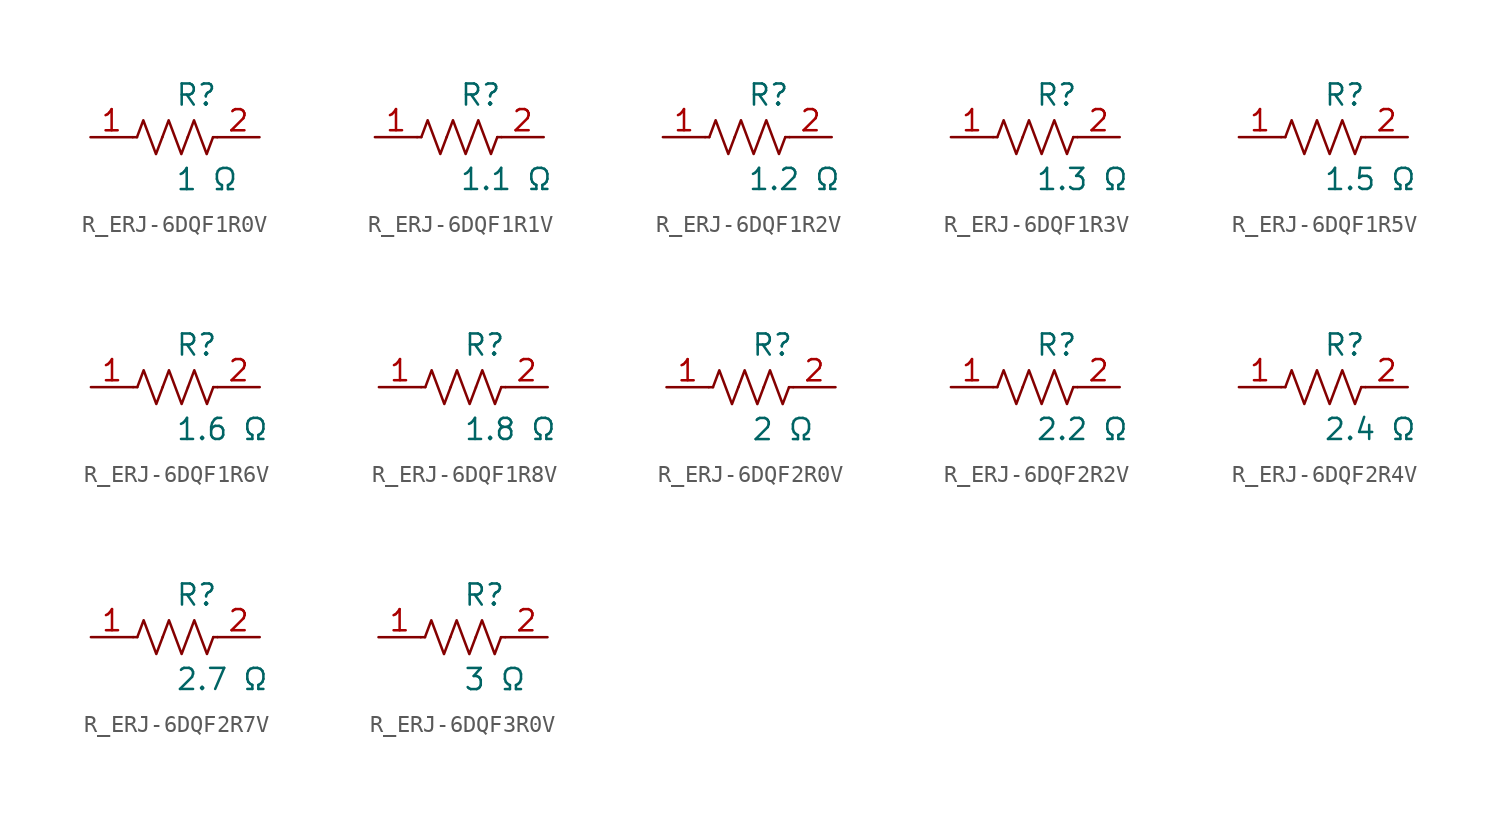
<source format=kicad_sym>
(kicad_symbol_lib
  (version 20231120)
  (generator kicad_symbol_editor)
  (generator_version 8.0)
  (symbol "R_ERJ-6DQF1R0V"
    (pin_names
      (offset 0.254))
    (property "Reference" "R"
      (at 0 2.54 0)
      (effects (font (size 1.27 1.27)) (justify left)))
    (property "Value" "1 Ω"
      (at 0 -2.54 0)
      (effects (font (size 1.27 1.27)) (justify left)))
    (symbol "R_ERJ-6DQF1R0V_0_1"
      (polyline (pts (xy 2.286 0) (xy 2.54 0)) (stroke (width 0) (type default)) (fill (type none)))
      (polyline (pts (xy -2.286 0) (xy -2.54 0)) (stroke (width 0) (type default)) (fill (type none)))
      (polyline (pts (xy 0.762 0) (xy 1.143 1.016) (xy 1.524 0) (xy 1.905 -1.016) (xy 2.286 0)) (stroke (width 0) (type default)) (fill (type none)))
      (polyline (pts (xy -0.762 0) (xy -0.381 1.016) (xy 0 0) (xy 0.381 -1.016) (xy 0.762 0)) (stroke (width 0) (type default)) (fill (type none)))
      (polyline (pts (xy -2.286 0) (xy -1.905 1.016) (xy -1.524 0) (xy -1.143 -1.016) (xy -0.762 0)) (stroke (width 0) (type default)) (fill (type none))))
    (pin passive line
      (at -5.08 0 0)
      (length 2.54)
      (name "" (effects (font (size 1.27 1.27))))
      (number "1" (effects (font (size 1.27 1.27)))))
    (pin passive line
      (at 5.08 0 180)
      (length 2.54)
      (name "" (effects (font (size 1.27 1.27))))
      (number "2" (effects (font (size 1.27 1.27))))))
  (symbol "R_ERJ-6DQF1R1V"
    (pin_names
      (offset 0.254))
    (property "Reference" "R"
      (at 0 2.54 0)
      (effects (font (size 1.27 1.27)) (justify left)))
    (property "Value" "1.1 Ω"
      (at 0 -2.54 0)
      (effects (font (size 1.27 1.27)) (justify left)))
    (symbol "R_ERJ-6DQF1R1V_0_1"
      (polyline (pts (xy 2.286 0) (xy 2.54 0)) (stroke (width 0) (type default)) (fill (type none)))
      (polyline (pts (xy -2.286 0) (xy -2.54 0)) (stroke (width 0) (type default)) (fill (type none)))
      (polyline (pts (xy 0.762 0) (xy 1.143 1.016) (xy 1.524 0) (xy 1.905 -1.016) (xy 2.286 0)) (stroke (width 0) (type default)) (fill (type none)))
      (polyline (pts (xy -0.762 0) (xy -0.381 1.016) (xy 0 0) (xy 0.381 -1.016) (xy 0.762 0)) (stroke (width 0) (type default)) (fill (type none)))
      (polyline (pts (xy -2.286 0) (xy -1.905 1.016) (xy -1.524 0) (xy -1.143 -1.016) (xy -0.762 0)) (stroke (width 0) (type default)) (fill (type none))))
    (pin passive line
      (at -5.08 0 0)
      (length 2.54)
      (name "" (effects (font (size 1.27 1.27))))
      (number "1" (effects (font (size 1.27 1.27)))))
    (pin passive line
      (at 5.08 0 180)
      (length 2.54)
      (name "" (effects (font (size 1.27 1.27))))
      (number "2" (effects (font (size 1.27 1.27))))))
  (symbol "R_ERJ-6DQF1R2V"
    (pin_names
      (offset 0.254))
    (property "Reference" "R"
      (at 0 2.54 0)
      (effects (font (size 1.27 1.27)) (justify left)))
    (property "Value" "1.2 Ω"
      (at 0 -2.54 0)
      (effects (font (size 1.27 1.27)) (justify left)))
    (symbol "R_ERJ-6DQF1R2V_0_1"
      (polyline (pts (xy 2.286 0) (xy 2.54 0)) (stroke (width 0) (type default)) (fill (type none)))
      (polyline (pts (xy -2.286 0) (xy -2.54 0)) (stroke (width 0) (type default)) (fill (type none)))
      (polyline (pts (xy 0.762 0) (xy 1.143 1.016) (xy 1.524 0) (xy 1.905 -1.016) (xy 2.286 0)) (stroke (width 0) (type default)) (fill (type none)))
      (polyline (pts (xy -0.762 0) (xy -0.381 1.016) (xy 0 0) (xy 0.381 -1.016) (xy 0.762 0)) (stroke (width 0) (type default)) (fill (type none)))
      (polyline (pts (xy -2.286 0) (xy -1.905 1.016) (xy -1.524 0) (xy -1.143 -1.016) (xy -0.762 0)) (stroke (width 0) (type default)) (fill (type none))))
    (pin passive line
      (at -5.08 0 0)
      (length 2.54)
      (name "" (effects (font (size 1.27 1.27))))
      (number "1" (effects (font (size 1.27 1.27)))))
    (pin passive line
      (at 5.08 0 180)
      (length 2.54)
      (name "" (effects (font (size 1.27 1.27))))
      (number "2" (effects (font (size 1.27 1.27))))))
  (symbol "R_ERJ-6DQF1R3V"
    (pin_names
      (offset 0.254))
    (property "Reference" "R"
      (at 0 2.54 0)
      (effects (font (size 1.27 1.27)) (justify left)))
    (property "Value" "1.3 Ω"
      (at 0 -2.54 0)
      (effects (font (size 1.27 1.27)) (justify left)))
    (symbol "R_ERJ-6DQF1R3V_0_1"
      (polyline (pts (xy 2.286 0) (xy 2.54 0)) (stroke (width 0) (type default)) (fill (type none)))
      (polyline (pts (xy -2.286 0) (xy -2.54 0)) (stroke (width 0) (type default)) (fill (type none)))
      (polyline (pts (xy 0.762 0) (xy 1.143 1.016) (xy 1.524 0) (xy 1.905 -1.016) (xy 2.286 0)) (stroke (width 0) (type default)) (fill (type none)))
      (polyline (pts (xy -0.762 0) (xy -0.381 1.016) (xy 0 0) (xy 0.381 -1.016) (xy 0.762 0)) (stroke (width 0) (type default)) (fill (type none)))
      (polyline (pts (xy -2.286 0) (xy -1.905 1.016) (xy -1.524 0) (xy -1.143 -1.016) (xy -0.762 0)) (stroke (width 0) (type default)) (fill (type none))))
    (pin passive line
      (at -5.08 0 0)
      (length 2.54)
      (name "" (effects (font (size 1.27 1.27))))
      (number "1" (effects (font (size 1.27 1.27)))))
    (pin passive line
      (at 5.08 0 180)
      (length 2.54)
      (name "" (effects (font (size 1.27 1.27))))
      (number "2" (effects (font (size 1.27 1.27))))))
  (symbol "R_ERJ-6DQF1R5V"
    (pin_names
      (offset 0.254))
    (property "Reference" "R"
      (at 0 2.54 0)
      (effects (font (size 1.27 1.27)) (justify left)))
    (property "Value" "1.5 Ω"
      (at 0 -2.54 0)
      (effects (font (size 1.27 1.27)) (justify left)))
    (symbol "R_ERJ-6DQF1R5V_0_1"
      (polyline (pts (xy 2.286 0) (xy 2.54 0)) (stroke (width 0) (type default)) (fill (type none)))
      (polyline (pts (xy -2.286 0) (xy -2.54 0)) (stroke (width 0) (type default)) (fill (type none)))
      (polyline (pts (xy 0.762 0) (xy 1.143 1.016) (xy 1.524 0) (xy 1.905 -1.016) (xy 2.286 0)) (stroke (width 0) (type default)) (fill (type none)))
      (polyline (pts (xy -0.762 0) (xy -0.381 1.016) (xy 0 0) (xy 0.381 -1.016) (xy 0.762 0)) (stroke (width 0) (type default)) (fill (type none)))
      (polyline (pts (xy -2.286 0) (xy -1.905 1.016) (xy -1.524 0) (xy -1.143 -1.016) (xy -0.762 0)) (stroke (width 0) (type default)) (fill (type none))))
    (pin passive line
      (at -5.08 0 0)
      (length 2.54)
      (name "" (effects (font (size 1.27 1.27))))
      (number "1" (effects (font (size 1.27 1.27)))))
    (pin passive line
      (at 5.08 0 180)
      (length 2.54)
      (name "" (effects (font (size 1.27 1.27))))
      (number "2" (effects (font (size 1.27 1.27))))))
  (symbol "R_ERJ-6DQF1R6V"
    (pin_names
      (offset 0.254))
    (property "Reference" "R"
      (at 0 2.54 0)
      (effects (font (size 1.27 1.27)) (justify left)))
    (property "Value" "1.6 Ω"
      (at 0 -2.54 0)
      (effects (font (size 1.27 1.27)) (justify left)))
    (symbol "R_ERJ-6DQF1R6V_0_1"
      (polyline (pts (xy 2.286 0) (xy 2.54 0)) (stroke (width 0) (type default)) (fill (type none)))
      (polyline (pts (xy -2.286 0) (xy -2.54 0)) (stroke (width 0) (type default)) (fill (type none)))
      (polyline (pts (xy 0.762 0) (xy 1.143 1.016) (xy 1.524 0) (xy 1.905 -1.016) (xy 2.286 0)) (stroke (width 0) (type default)) (fill (type none)))
      (polyline (pts (xy -0.762 0) (xy -0.381 1.016) (xy 0 0) (xy 0.381 -1.016) (xy 0.762 0)) (stroke (width 0) (type default)) (fill (type none)))
      (polyline (pts (xy -2.286 0) (xy -1.905 1.016) (xy -1.524 0) (xy -1.143 -1.016) (xy -0.762 0)) (stroke (width 0) (type default)) (fill (type none))))
    (pin passive line
      (at -5.08 0 0)
      (length 2.54)
      (name "" (effects (font (size 1.27 1.27))))
      (number "1" (effects (font (size 1.27 1.27)))))
    (pin passive line
      (at 5.08 0 180)
      (length 2.54)
      (name "" (effects (font (size 1.27 1.27))))
      (number "2" (effects (font (size 1.27 1.27))))))
  (symbol "R_ERJ-6DQF1R8V"
    (pin_names
      (offset 0.254))
    (property "Reference" "R"
      (at 0 2.54 0)
      (effects (font (size 1.27 1.27)) (justify left)))
    (property "Value" "1.8 Ω"
      (at 0 -2.54 0)
      (effects (font (size 1.27 1.27)) (justify left)))
    (symbol "R_ERJ-6DQF1R8V_0_1"
      (polyline (pts (xy 2.286 0) (xy 2.54 0)) (stroke (width 0) (type default)) (fill (type none)))
      (polyline (pts (xy -2.286 0) (xy -2.54 0)) (stroke (width 0) (type default)) (fill (type none)))
      (polyline (pts (xy 0.762 0) (xy 1.143 1.016) (xy 1.524 0) (xy 1.905 -1.016) (xy 2.286 0)) (stroke (width 0) (type default)) (fill (type none)))
      (polyline (pts (xy -0.762 0) (xy -0.381 1.016) (xy 0 0) (xy 0.381 -1.016) (xy 0.762 0)) (stroke (width 0) (type default)) (fill (type none)))
      (polyline (pts (xy -2.286 0) (xy -1.905 1.016) (xy -1.524 0) (xy -1.143 -1.016) (xy -0.762 0)) (stroke (width 0) (type default)) (fill (type none))))
    (pin passive line
      (at -5.08 0 0)
      (length 2.54)
      (name "" (effects (font (size 1.27 1.27))))
      (number "1" (effects (font (size 1.27 1.27)))))
    (pin passive line
      (at 5.08 0 180)
      (length 2.54)
      (name "" (effects (font (size 1.27 1.27))))
      (number "2" (effects (font (size 1.27 1.27))))))
  (symbol "R_ERJ-6DQF2R0V"
    (pin_names
      (offset 0.254))
    (property "Reference" "R"
      (at 0 2.54 0)
      (effects (font (size 1.27 1.27)) (justify left)))
    (property "Value" "2 Ω"
      (at 0 -2.54 0)
      (effects (font (size 1.27 1.27)) (justify left)))
    (symbol "R_ERJ-6DQF2R0V_0_1"
      (polyline (pts (xy 2.286 0) (xy 2.54 0)) (stroke (width 0) (type default)) (fill (type none)))
      (polyline (pts (xy -2.286 0) (xy -2.54 0)) (stroke (width 0) (type default)) (fill (type none)))
      (polyline (pts (xy 0.762 0) (xy 1.143 1.016) (xy 1.524 0) (xy 1.905 -1.016) (xy 2.286 0)) (stroke (width 0) (type default)) (fill (type none)))
      (polyline (pts (xy -0.762 0) (xy -0.381 1.016) (xy 0 0) (xy 0.381 -1.016) (xy 0.762 0)) (stroke (width 0) (type default)) (fill (type none)))
      (polyline (pts (xy -2.286 0) (xy -1.905 1.016) (xy -1.524 0) (xy -1.143 -1.016) (xy -0.762 0)) (stroke (width 0) (type default)) (fill (type none))))
    (pin passive line
      (at -5.08 0 0)
      (length 2.54)
      (name "" (effects (font (size 1.27 1.27))))
      (number "1" (effects (font (size 1.27 1.27)))))
    (pin passive line
      (at 5.08 0 180)
      (length 2.54)
      (name "" (effects (font (size 1.27 1.27))))
      (number "2" (effects (font (size 1.27 1.27))))))
  (symbol "R_ERJ-6DQF2R2V"
    (pin_names
      (offset 0.254))
    (property "Reference" "R"
      (at 0 2.54 0)
      (effects (font (size 1.27 1.27)) (justify left)))
    (property "Value" "2.2 Ω"
      (at 0 -2.54 0)
      (effects (font (size 1.27 1.27)) (justify left)))
    (symbol "R_ERJ-6DQF2R2V_0_1"
      (polyline (pts (xy 2.286 0) (xy 2.54 0)) (stroke (width 0) (type default)) (fill (type none)))
      (polyline (pts (xy -2.286 0) (xy -2.54 0)) (stroke (width 0) (type default)) (fill (type none)))
      (polyline (pts (xy 0.762 0) (xy 1.143 1.016) (xy 1.524 0) (xy 1.905 -1.016) (xy 2.286 0)) (stroke (width 0) (type default)) (fill (type none)))
      (polyline (pts (xy -0.762 0) (xy -0.381 1.016) (xy 0 0) (xy 0.381 -1.016) (xy 0.762 0)) (stroke (width 0) (type default)) (fill (type none)))
      (polyline (pts (xy -2.286 0) (xy -1.905 1.016) (xy -1.524 0) (xy -1.143 -1.016) (xy -0.762 0)) (stroke (width 0) (type default)) (fill (type none))))
    (pin passive line
      (at -5.08 0 0)
      (length 2.54)
      (name "" (effects (font (size 1.27 1.27))))
      (number "1" (effects (font (size 1.27 1.27)))))
    (pin passive line
      (at 5.08 0 180)
      (length 2.54)
      (name "" (effects (font (size 1.27 1.27))))
      (number "2" (effects (font (size 1.27 1.27))))))
  (symbol "R_ERJ-6DQF2R4V"
    (pin_names
      (offset 0.254))
    (property "Reference" "R"
      (at 0 2.54 0)
      (effects (font (size 1.27 1.27)) (justify left)))
    (property "Value" "2.4 Ω"
      (at 0 -2.54 0)
      (effects (font (size 1.27 1.27)) (justify left)))
    (symbol "R_ERJ-6DQF2R4V_0_1"
      (polyline (pts (xy 2.286 0) (xy 2.54 0)) (stroke (width 0) (type default)) (fill (type none)))
      (polyline (pts (xy -2.286 0) (xy -2.54 0)) (stroke (width 0) (type default)) (fill (type none)))
      (polyline (pts (xy 0.762 0) (xy 1.143 1.016) (xy 1.524 0) (xy 1.905 -1.016) (xy 2.286 0)) (stroke (width 0) (type default)) (fill (type none)))
      (polyline (pts (xy -0.762 0) (xy -0.381 1.016) (xy 0 0) (xy 0.381 -1.016) (xy 0.762 0)) (stroke (width 0) (type default)) (fill (type none)))
      (polyline (pts (xy -2.286 0) (xy -1.905 1.016) (xy -1.524 0) (xy -1.143 -1.016) (xy -0.762 0)) (stroke (width 0) (type default)) (fill (type none))))
    (pin passive line
      (at -5.08 0 0)
      (length 2.54)
      (name "" (effects (font (size 1.27 1.27))))
      (number "1" (effects (font (size 1.27 1.27)))))
    (pin passive line
      (at 5.08 0 180)
      (length 2.54)
      (name "" (effects (font (size 1.27 1.27))))
      (number "2" (effects (font (size 1.27 1.27))))))
  (symbol "R_ERJ-6DQF2R7V"
    (pin_names
      (offset 0.254))
    (property "Reference" "R"
      (at 0 2.54 0)
      (effects (font (size 1.27 1.27)) (justify left)))
    (property "Value" "2.7 Ω"
      (at 0 -2.54 0)
      (effects (font (size 1.27 1.27)) (justify left)))
    (symbol "R_ERJ-6DQF2R7V_0_1"
      (polyline (pts (xy 2.286 0) (xy 2.54 0)) (stroke (width 0) (type default)) (fill (type none)))
      (polyline (pts (xy -2.286 0) (xy -2.54 0)) (stroke (width 0) (type default)) (fill (type none)))
      (polyline (pts (xy 0.762 0) (xy 1.143 1.016) (xy 1.524 0) (xy 1.905 -1.016) (xy 2.286 0)) (stroke (width 0) (type default)) (fill (type none)))
      (polyline (pts (xy -0.762 0) (xy -0.381 1.016) (xy 0 0) (xy 0.381 -1.016) (xy 0.762 0)) (stroke (width 0) (type default)) (fill (type none)))
      (polyline (pts (xy -2.286 0) (xy -1.905 1.016) (xy -1.524 0) (xy -1.143 -1.016) (xy -0.762 0)) (stroke (width 0) (type default)) (fill (type none))))
    (pin passive line
      (at -5.08 0 0)
      (length 2.54)
      (name "" (effects (font (size 1.27 1.27))))
      (number "1" (effects (font (size 1.27 1.27)))))
    (pin passive line
      (at 5.08 0 180)
      (length 2.54)
      (name "" (effects (font (size 1.27 1.27))))
      (number "2" (effects (font (size 1.27 1.27))))))
  (symbol "R_ERJ-6DQF3R0V"
    (pin_names
      (offset 0.254))
    (property "Reference" "R"
      (at 0 2.54 0)
      (effects (font (size 1.27 1.27)) (justify left)))
    (property "Value" "3 Ω"
      (at 0 -2.54 0)
      (effects (font (size 1.27 1.27)) (justify left)))
    (symbol "R_ERJ-6DQF3R0V_0_1"
      (polyline (pts (xy 2.286 0) (xy 2.54 0)) (stroke (width 0) (type default)) (fill (type none)))
      (polyline (pts (xy -2.286 0) (xy -2.54 0)) (stroke (width 0) (type default)) (fill (type none)))
      (polyline (pts (xy 0.762 0) (xy 1.143 1.016) (xy 1.524 0) (xy 1.905 -1.016) (xy 2.286 0)) (stroke (width 0) (type default)) (fill (type none)))
      (polyline (pts (xy -0.762 0) (xy -0.381 1.016) (xy 0 0) (xy 0.381 -1.016) (xy 0.762 0)) (stroke (width 0) (type default)) (fill (type none)))
      (polyline (pts (xy -2.286 0) (xy -1.905 1.016) (xy -1.524 0) (xy -1.143 -1.016) (xy -0.762 0)) (stroke (width 0) (type default)) (fill (type none))))
    (pin passive line
      (at -5.08 0 0)
      (length 2.54)
      (name "" (effects (font (size 1.27 1.27))))
      (number "1" (effects (font (size 1.27 1.27)))))
    (pin passive line
      (at 5.08 0 180)
      (length 2.54)
      (name "" (effects (font (size 1.27 1.27))))
      (number "2" (effects (font (size 1.27 1.27)))))))
</source>
